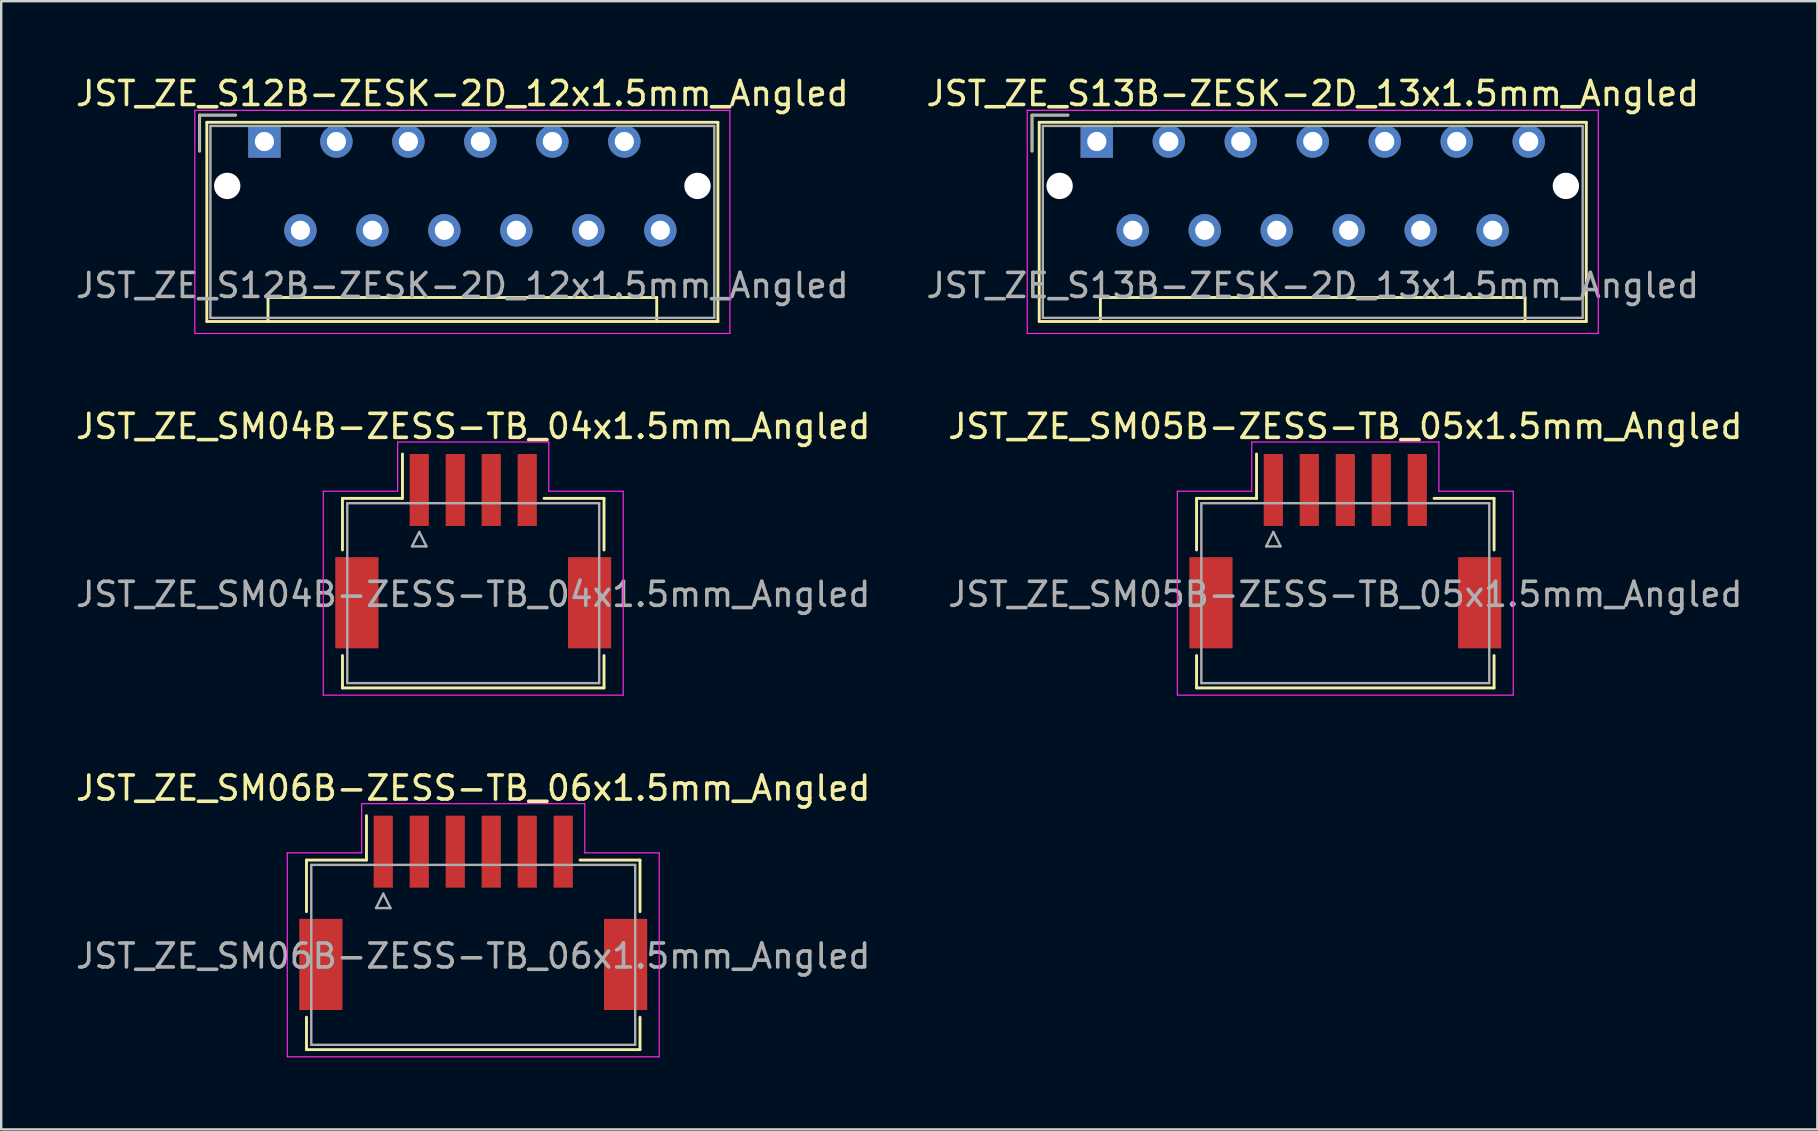
<source format=kicad_pcb>
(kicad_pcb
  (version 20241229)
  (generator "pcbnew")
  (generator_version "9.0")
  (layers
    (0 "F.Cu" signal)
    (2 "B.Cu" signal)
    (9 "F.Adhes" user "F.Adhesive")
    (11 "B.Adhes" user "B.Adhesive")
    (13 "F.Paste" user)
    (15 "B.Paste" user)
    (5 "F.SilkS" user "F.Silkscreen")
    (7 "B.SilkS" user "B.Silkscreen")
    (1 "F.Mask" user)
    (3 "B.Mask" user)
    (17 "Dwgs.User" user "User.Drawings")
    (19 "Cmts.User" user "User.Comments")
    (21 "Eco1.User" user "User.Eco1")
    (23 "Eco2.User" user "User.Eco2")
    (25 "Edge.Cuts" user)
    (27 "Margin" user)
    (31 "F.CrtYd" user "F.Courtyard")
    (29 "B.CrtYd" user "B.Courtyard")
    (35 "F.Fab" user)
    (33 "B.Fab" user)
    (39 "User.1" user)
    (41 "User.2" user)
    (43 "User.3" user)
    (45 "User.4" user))
  (footprint "JST_ZE_SM05B-ZESS-TB_05x1.5mm_Angled"
    (layer "F.Cu")
    (at 53.018 19.721)
    (property "Reference" "JST_ZE_SM05B-ZESS-TB_05x1.5mm_Angled" (at 0 -5 0) (layer "F.SilkS") (effects (font (size 1 1) (thickness 0.15))))
    (attr smd)
    (fp_line (start -6.2 -2) (end -3.7 -2) (stroke (width 0.12) (type solid)) (layer "F.SilkS"))
    (fp_line (start -6.2 0.15) (end -6.2 -2) (stroke (width 0.12) (type solid)) (layer "F.SilkS"))
    (fp_line (start -6.2 4.55) (end -6.2 5.9) (stroke (width 0.12) (type solid)) (layer "F.SilkS"))
    (fp_line (start -6.2 5.9) (end 6.2 5.9) (stroke (width 0.12) (type solid)) (layer "F.SilkS"))
    (fp_line (start -3.7 -2) (end -3.7 -3.85) (stroke (width 0.12) (type solid)) (layer "F.SilkS"))
    (fp_line (start 6.2 -2) (end 3.7 -2) (stroke (width 0.12) (type solid)) (layer "F.SilkS"))
    (fp_line (start 6.2 0.15) (end 6.2 -2) (stroke (width 0.12) (type solid)) (layer "F.SilkS"))
    (fp_line (start 6.2 5.9) (end 6.2 4.55) (stroke (width 0.12) (type solid)) (layer "F.SilkS"))
    (fp_line (start -7 -2.3) (end -7 6.2) (stroke (width 0.05) (type solid)) (layer "F.CrtYd"))
    (fp_line (start -7 6.2) (end 7 6.2) (stroke (width 0.05) (type solid)) (layer "F.CrtYd"))
    (fp_line (start -3.9 -4.35) (end -3.9 -2.3) (stroke (width 0.05) (type solid)) (layer "F.CrtYd"))
    (fp_line (start -3.9 -2.3) (end -7 -2.3) (stroke (width 0.05) (type solid)) (layer "F.CrtYd"))
    (fp_line (start 3.9 -4.35) (end -3.9 -4.35) (stroke (width 0.05) (type solid)) (layer "F.CrtYd"))
    (fp_line (start 3.9 -2.3) (end 3.9 -4.35) (stroke (width 0.05) (type solid)) (layer "F.CrtYd"))
    (fp_line (start 7 -2.3) (end 3.9 -2.3) (stroke (width 0.05) (type solid)) (layer "F.CrtYd"))
    (fp_line (start 7 6.2) (end 7 -2.3) (stroke (width 0.05) (type solid)) (layer "F.CrtYd"))
    (fp_line (start -6 -1.8) (end -6 5.7) (stroke (width 0.1) (type solid)) (layer "F.Fab"))
    (fp_line (start -6 5.7) (end 6 5.7) (stroke (width 0.1) (type solid)) (layer "F.Fab"))
    (fp_line (start -3.3 0) (end -2.7 0) (stroke (width 0.1) (type solid)) (layer "F.Fab"))
    (fp_line (start -3 -0.6) (end -3.3 0) (stroke (width 0.1) (type solid)) (layer "F.Fab"))
    (fp_line (start -2.7 0) (end -3 -0.6) (stroke (width 0.1) (type solid)) (layer "F.Fab"))
    (fp_line (start 6 -1.8) (end -6 -1.8) (stroke (width 0.1) (type solid)) (layer "F.Fab"))
    (fp_line (start 6 5.7) (end 6 -1.8) (stroke (width 0.1) (type solid)) (layer "F.Fab"))
    (fp_text user "${REFERENCE}" (at 0 2 0) (layer "F.Fab") (effects (font (size 1 1) (thickness 0.15))))
    (pad "" smd rect (at -5.6 2.35) (size 1.8 3.8) (layers "F.Cu" "F.Mask" "F.Paste"))
    (pad "" smd rect (at 5.6 2.35) (size 1.8 3.8) (layers "F.Cu" "F.Mask" "F.Paste"))
    (pad "1" smd rect (at -3 -2.35) (size 0.8 3) (layers "F.Cu" "F.Mask" "F.Paste"))
    (pad "2" smd rect (at -1.5 -2.35) (size 0.8 3) (layers "F.Cu" "F.Mask" "F.Paste"))
    (pad "3" smd rect (at 0 -2.35) (size 0.8 3) (layers "F.Cu" "F.Mask" "F.Paste"))
    (pad "4" smd rect (at 1.5 -2.35) (size 0.8 3) (layers "F.Cu" "F.Mask" "F.Paste"))
    (pad "5" smd rect (at 3 -2.35) (size 0.8 3) (layers "F.Cu" "F.Mask" "F.Paste")))
  (footprint "JST_ZE_S12B-ZESK-2D_12x1.5mm_Angled"
    (layer "F.Cu")
    (at 7.97 2.848)
    (property "Reference" "JST_ZE_S12B-ZESK-2D_12x1.5mm_Angled" (at 8.25 -2 0) (layer "F.SilkS") (effects (font (size 1 1) (thickness 0.15))))
    (attr through_hole)
    (fp_line (start -2.7 -1.1) (end -1.2 -1.1) (stroke (width 0.12) (type solid)) (layer "F.SilkS"))
    (fp_line (start -2.7 0.4) (end -2.7 -1.1) (stroke (width 0.12) (type solid)) (layer "F.SilkS"))
    (fp_line (start -2.4 -0.8) (end -2.4 7.5) (stroke (width 0.12) (type solid)) (layer "F.SilkS"))
    (fp_line (start -2.4 7.5) (end 18.9 7.5) (stroke (width 0.12) (type solid)) (layer "F.SilkS"))
    (fp_line (start 0.15 6.5) (end 16.35 6.5) (stroke (width 0.12) (type solid)) (layer "F.SilkS"))
    (fp_line (start 0.15 7.5) (end 0.15 6.5) (stroke (width 0.12) (type solid)) (layer "F.SilkS"))
    (fp_line (start 16.35 6.5) (end 16.35 7.5) (stroke (width 0.12) (type solid)) (layer "F.SilkS"))
    (fp_line (start 18.9 -0.8) (end -2.4 -0.8) (stroke (width 0.12) (type solid)) (layer "F.SilkS"))
    (fp_line (start 18.9 7.5) (end 18.9 -0.8) (stroke (width 0.12) (type solid)) (layer "F.SilkS"))
    (fp_line (start -2.9 -1.3) (end -2.9 8) (stroke (width 0.05) (type solid)) (layer "F.CrtYd"))
    (fp_line (start -2.9 8) (end 19.4 8) (stroke (width 0.05) (type solid)) (layer "F.CrtYd"))
    (fp_line (start 19.4 -1.3) (end -2.9 -1.3) (stroke (width 0.05) (type solid)) (layer "F.CrtYd"))
    (fp_line (start 19.4 8) (end 19.4 -1.3) (stroke (width 0.05) (type solid)) (layer "F.CrtYd"))
    (fp_line (start -2.7 -1.1) (end -1.2 -1.1) (stroke (width 0.1) (type solid)) (layer "F.Fab"))
    (fp_line (start -2.7 0.4) (end -2.7 -1.1) (stroke (width 0.1) (type solid)) (layer "F.Fab"))
    (fp_line (start -2.25 -0.65) (end -2.25 7.35) (stroke (width 0.1) (type solid)) (layer "F.Fab"))
    (fp_line (start -2.25 7.35) (end 18.75 7.35) (stroke (width 0.1) (type solid)) (layer "F.Fab"))
    (fp_line (start 18.75 -0.65) (end -2.25 -0.65) (stroke (width 0.1) (type solid)) (layer "F.Fab"))
    (fp_line (start 18.75 7.35) (end 18.75 -0.65) (stroke (width 0.1) (type solid)) (layer "F.Fab"))
    (fp_text user "${REFERENCE}" (at 8.25 6 0) (layer "F.Fab") (effects (font (size 1 1) (thickness 0.15))))
    (pad "" np_thru_hole circle (at -1.55 1.85) (size 1.1 1.1) (drill 1.1) (layers "*.Cu"))
    (pad "" np_thru_hole circle (at 18.05 1.85) (size 1.1 1.1) (drill 1.1) (layers "*.Cu"))
    (pad "1" thru_hole rect (at 0 0) (size 1.35 1.35) (drill 0.8) (layers "*.Cu" "*.Mask"))
    (pad "2" thru_hole circle (at 1.5 3.7) (size 1.35 1.35) (drill 0.8) (layers "*.Cu" "*.Mask"))
    (pad "3" thru_hole circle (at 3 0) (size 1.35 1.35) (drill 0.8) (layers "*.Cu" "*.Mask"))
    (pad "4" thru_hole circle (at 4.5 3.7) (size 1.35 1.35) (drill 0.8) (layers "*.Cu" "*.Mask"))
    (pad "5" thru_hole circle (at 6 0) (size 1.35 1.35) (drill 0.8) (layers "*.Cu" "*.Mask"))
    (pad "6" thru_hole circle (at 7.5 3.7) (size 1.35 1.35) (drill 0.8) (layers "*.Cu" "*.Mask"))
    (pad "7" thru_hole circle (at 9 0) (size 1.35 1.35) (drill 0.8) (layers "*.Cu" "*.Mask"))
    (pad "8" thru_hole circle (at 10.5 3.7) (size 1.35 1.35) (drill 0.8) (layers "*.Cu" "*.Mask"))
    (pad "9" thru_hole circle (at 12 0) (size 1.35 1.35) (drill 0.8) (layers "*.Cu" "*.Mask"))
    (pad "10" thru_hole circle (at 13.5 3.7) (size 1.35 1.35) (drill 0.8) (layers "*.Cu" "*.Mask"))
    (pad "11" thru_hole circle (at 15 0) (size 1.35 1.35) (drill 0.8) (layers "*.Cu" "*.Mask"))
    (pad "12" thru_hole circle (at 16.5 3.7) (size 1.35 1.35) (drill 0.8) (layers "*.Cu" "*.Mask")))
  (footprint "JST_ZE_S13B-ZESK-2D_13x1.5mm_Angled"
    (layer "F.Cu")
    (at 42.661 2.848)
    (property "Reference" "JST_ZE_S13B-ZESK-2D_13x1.5mm_Angled" (at 9 -2 0) (layer "F.SilkS") (effects (font (size 1 1) (thickness 0.15))))
    (attr through_hole)
    (fp_line (start -2.7 -1.1) (end -1.2 -1.1) (stroke (width 0.12) (type solid)) (layer "F.SilkS"))
    (fp_line (start -2.7 0.4) (end -2.7 -1.1) (stroke (width 0.12) (type solid)) (layer "F.SilkS"))
    (fp_line (start -2.4 -0.8) (end -2.4 7.5) (stroke (width 0.12) (type solid)) (layer "F.SilkS"))
    (fp_line (start -2.4 7.5) (end 20.4 7.5) (stroke (width 0.12) (type solid)) (layer "F.SilkS"))
    (fp_line (start 0.15 6.5) (end 17.85 6.5) (stroke (width 0.12) (type solid)) (layer "F.SilkS"))
    (fp_line (start 0.15 7.5) (end 0.15 6.5) (stroke (width 0.12) (type solid)) (layer "F.SilkS"))
    (fp_line (start 17.85 6.5) (end 17.85 7.5) (stroke (width 0.12) (type solid)) (layer "F.SilkS"))
    (fp_line (start 20.4 -0.8) (end -2.4 -0.8) (stroke (width 0.12) (type solid)) (layer "F.SilkS"))
    (fp_line (start 20.4 7.5) (end 20.4 -0.8) (stroke (width 0.12) (type solid)) (layer "F.SilkS"))
    (fp_line (start -2.9 -1.3) (end -2.9 8) (stroke (width 0.05) (type solid)) (layer "F.CrtYd"))
    (fp_line (start -2.9 8) (end 20.9 8) (stroke (width 0.05) (type solid)) (layer "F.CrtYd"))
    (fp_line (start 20.9 -1.3) (end -2.9 -1.3) (stroke (width 0.05) (type solid)) (layer "F.CrtYd"))
    (fp_line (start 20.9 8) (end 20.9 -1.3) (stroke (width 0.05) (type solid)) (layer "F.CrtYd"))
    (fp_line (start -2.7 -1.1) (end -1.2 -1.1) (stroke (width 0.1) (type solid)) (layer "F.Fab"))
    (fp_line (start -2.7 0.4) (end -2.7 -1.1) (stroke (width 0.1) (type solid)) (layer "F.Fab"))
    (fp_line (start -2.25 -0.65) (end -2.25 7.35) (stroke (width 0.1) (type solid)) (layer "F.Fab"))
    (fp_line (start -2.25 7.35) (end 20.25 7.35) (stroke (width 0.1) (type solid)) (layer "F.Fab"))
    (fp_line (start 20.25 -0.65) (end -2.25 -0.65) (stroke (width 0.1) (type solid)) (layer "F.Fab"))
    (fp_line (start 20.25 7.35) (end 20.25 -0.65) (stroke (width 0.1) (type solid)) (layer "F.Fab"))
    (fp_text user "${REFERENCE}" (at 9 6 0) (layer "F.Fab") (effects (font (size 1 1) (thickness 0.15))))
    (pad "" np_thru_hole circle (at -1.55 1.85) (size 1.1 1.1) (drill 1.1) (layers "*.Cu"))
    (pad "" np_thru_hole circle (at 19.55 1.85) (size 1.1 1.1) (drill 1.1) (layers "*.Cu"))
    (pad "1" thru_hole rect (at 0 0) (size 1.35 1.35) (drill 0.8) (layers "*.Cu" "*.Mask"))
    (pad "2" thru_hole circle (at 1.5 3.7) (size 1.35 1.35) (drill 0.8) (layers "*.Cu" "*.Mask"))
    (pad "3" thru_hole circle (at 3 0) (size 1.35 1.35) (drill 0.8) (layers "*.Cu" "*.Mask"))
    (pad "4" thru_hole circle (at 4.5 3.7) (size 1.35 1.35) (drill 0.8) (layers "*.Cu" "*.Mask"))
    (pad "5" thru_hole circle (at 6 0) (size 1.35 1.35) (drill 0.8) (layers "*.Cu" "*.Mask"))
    (pad "6" thru_hole circle (at 7.5 3.7) (size 1.35 1.35) (drill 0.8) (layers "*.Cu" "*.Mask"))
    (pad "7" thru_hole circle (at 9 0) (size 1.35 1.35) (drill 0.8) (layers "*.Cu" "*.Mask"))
    (pad "8" thru_hole circle (at 10.5 3.7) (size 1.35 1.35) (drill 0.8) (layers "*.Cu" "*.Mask"))
    (pad "9" thru_hole circle (at 12 0) (size 1.35 1.35) (drill 0.8) (layers "*.Cu" "*.Mask"))
    (pad "10" thru_hole circle (at 13.5 3.7) (size 1.35 1.35) (drill 0.8) (layers "*.Cu" "*.Mask"))
    (pad "11" thru_hole circle (at 15 0) (size 1.35 1.35) (drill 0.8) (layers "*.Cu" "*.Mask"))
    (pad "12" thru_hole circle (at 16.5 3.7) (size 1.35 1.35) (drill 0.8) (layers "*.Cu" "*.Mask"))
    (pad "13" thru_hole circle (at 18 0) (size 1.35 1.35) (drill 0.8) (layers "*.Cu" "*.Mask")))
  (footprint "JST_ZE_SM04B-ZESS-TB_04x1.5mm_Angled"
    (layer "F.Cu")
    (at 16.673 19.721)
    (property "Reference" "JST_ZE_SM04B-ZESS-TB_04x1.5mm_Angled" (at 0 -5 0) (layer "F.SilkS") (effects (font (size 1 1) (thickness 0.15))))
    (attr smd)
    (fp_line (start -5.45 -2) (end -2.95 -2) (stroke (width 0.12) (type solid)) (layer "F.SilkS"))
    (fp_line (start -5.45 0.15) (end -5.45 -2) (stroke (width 0.12) (type solid)) (layer "F.SilkS"))
    (fp_line (start -5.45 4.55) (end -5.45 5.9) (stroke (width 0.12) (type solid)) (layer "F.SilkS"))
    (fp_line (start -5.45 5.9) (end 5.45 5.9) (stroke (width 0.12) (type solid)) (layer "F.SilkS"))
    (fp_line (start -2.95 -2) (end -2.95 -3.85) (stroke (width 0.12) (type solid)) (layer "F.SilkS"))
    (fp_line (start 5.45 -2) (end 2.95 -2) (stroke (width 0.12) (type solid)) (layer "F.SilkS"))
    (fp_line (start 5.45 0.15) (end 5.45 -2) (stroke (width 0.12) (type solid)) (layer "F.SilkS"))
    (fp_line (start 5.45 5.9) (end 5.45 4.55) (stroke (width 0.12) (type solid)) (layer "F.SilkS"))
    (fp_line (start -6.25 -2.3) (end -6.25 6.2) (stroke (width 0.05) (type solid)) (layer "F.CrtYd"))
    (fp_line (start -6.25 6.2) (end 6.25 6.2) (stroke (width 0.05) (type solid)) (layer "F.CrtYd"))
    (fp_line (start -3.15 -4.35) (end -3.15 -2.3) (stroke (width 0.05) (type solid)) (layer "F.CrtYd"))
    (fp_line (start -3.15 -2.3) (end -6.25 -2.3) (stroke (width 0.05) (type solid)) (layer "F.CrtYd"))
    (fp_line (start 3.15 -4.35) (end -3.15 -4.35) (stroke (width 0.05) (type solid)) (layer "F.CrtYd"))
    (fp_line (start 3.15 -2.3) (end 3.15 -4.35) (stroke (width 0.05) (type solid)) (layer "F.CrtYd"))
    (fp_line (start 6.25 -2.3) (end 3.15 -2.3) (stroke (width 0.05) (type solid)) (layer "F.CrtYd"))
    (fp_line (start 6.25 6.2) (end 6.25 -2.3) (stroke (width 0.05) (type solid)) (layer "F.CrtYd"))
    (fp_line (start -5.25 -1.8) (end -5.25 5.7) (stroke (width 0.1) (type solid)) (layer "F.Fab"))
    (fp_line (start -5.25 5.7) (end 5.25 5.7) (stroke (width 0.1) (type solid)) (layer "F.Fab"))
    (fp_line (start -2.55 0) (end -1.95 0) (stroke (width 0.1) (type solid)) (layer "F.Fab"))
    (fp_line (start -2.25 -0.6) (end -2.55 0) (stroke (width 0.1) (type solid)) (layer "F.Fab"))
    (fp_line (start -1.95 0) (end -2.25 -0.6) (stroke (width 0.1) (type solid)) (layer "F.Fab"))
    (fp_line (start 5.25 -1.8) (end -5.25 -1.8) (stroke (width 0.1) (type solid)) (layer "F.Fab"))
    (fp_line (start 5.25 5.7) (end 5.25 -1.8) (stroke (width 0.1) (type solid)) (layer "F.Fab"))
    (fp_text user "${REFERENCE}" (at 0 2 0) (layer "F.Fab") (effects (font (size 1 1) (thickness 0.15))))
    (pad "" smd rect (at -4.85 2.35) (size 1.8 3.8) (layers "F.Cu" "F.Mask" "F.Paste"))
    (pad "" smd rect (at 4.85 2.35) (size 1.8 3.8) (layers "F.Cu" "F.Mask" "F.Paste"))
    (pad "1" smd rect (at -2.25 -2.35) (size 0.8 3) (layers "F.Cu" "F.Mask" "F.Paste"))
    (pad "2" smd rect (at -0.75 -2.35) (size 0.8 3) (layers "F.Cu" "F.Mask" "F.Paste"))
    (pad "3" smd rect (at 0.75 -2.35) (size 0.8 3) (layers "F.Cu" "F.Mask" "F.Paste"))
    (pad "4" smd rect (at 2.25 -2.35) (size 0.8 3) (layers "F.Cu" "F.Mask" "F.Paste")))
  (footprint "JST_ZE_SM06B-ZESS-TB_06x1.5mm_Angled"
    (layer "F.Cu")
    (at 16.673 34.795)
    (property "Reference" "JST_ZE_SM06B-ZESS-TB_06x1.5mm_Angled" (at 0 -5 0) (layer "F.SilkS") (effects (font (size 1 1) (thickness 0.15))))
    (attr smd)
    (fp_line (start -6.95 -2) (end -4.45 -2) (stroke (width 0.12) (type solid)) (layer "F.SilkS"))
    (fp_line (start -6.95 0.15) (end -6.95 -2) (stroke (width 0.12) (type solid)) (layer "F.SilkS"))
    (fp_line (start -6.95 4.55) (end -6.95 5.9) (stroke (width 0.12) (type solid)) (layer "F.SilkS"))
    (fp_line (start -6.95 5.9) (end 6.95 5.9) (stroke (width 0.12) (type solid)) (layer "F.SilkS"))
    (fp_line (start -4.45 -2) (end -4.45 -3.85) (stroke (width 0.12) (type solid)) (layer "F.SilkS"))
    (fp_line (start 6.95 -2) (end 4.45 -2) (stroke (width 0.12) (type solid)) (layer "F.SilkS"))
    (fp_line (start 6.95 0.15) (end 6.95 -2) (stroke (width 0.12) (type solid)) (layer "F.SilkS"))
    (fp_line (start 6.95 5.9) (end 6.95 4.55) (stroke (width 0.12) (type solid)) (layer "F.SilkS"))
    (fp_line (start -7.75 -2.3) (end -7.75 6.2) (stroke (width 0.05) (type solid)) (layer "F.CrtYd"))
    (fp_line (start -7.75 6.2) (end 7.75 6.2) (stroke (width 0.05) (type solid)) (layer "F.CrtYd"))
    (fp_line (start -4.65 -4.35) (end -4.65 -2.3) (stroke (width 0.05) (type solid)) (layer "F.CrtYd"))
    (fp_line (start -4.65 -2.3) (end -7.75 -2.3) (stroke (width 0.05) (type solid)) (layer "F.CrtYd"))
    (fp_line (start 4.65 -4.35) (end -4.65 -4.35) (stroke (width 0.05) (type solid)) (layer "F.CrtYd"))
    (fp_line (start 4.65 -2.3) (end 4.65 -4.35) (stroke (width 0.05) (type solid)) (layer "F.CrtYd"))
    (fp_line (start 7.75 -2.3) (end 4.65 -2.3) (stroke (width 0.05) (type solid)) (layer "F.CrtYd"))
    (fp_line (start 7.75 6.2) (end 7.75 -2.3) (stroke (width 0.05) (type solid)) (layer "F.CrtYd"))
    (fp_line (start -6.75 -1.8) (end -6.75 5.7) (stroke (width 0.1) (type solid)) (layer "F.Fab"))
    (fp_line (start -6.75 5.7) (end 6.75 5.7) (stroke (width 0.1) (type solid)) (layer "F.Fab"))
    (fp_line (start -4.05 0) (end -3.45 0) (stroke (width 0.1) (type solid)) (layer "F.Fab"))
    (fp_line (start -3.75 -0.6) (end -4.05 0) (stroke (width 0.1) (type solid)) (layer "F.Fab"))
    (fp_line (start -3.45 0) (end -3.75 -0.6) (stroke (width 0.1) (type solid)) (layer "F.Fab"))
    (fp_line (start 6.75 -1.8) (end -6.75 -1.8) (stroke (width 0.1) (type solid)) (layer "F.Fab"))
    (fp_line (start 6.75 5.7) (end 6.75 -1.8) (stroke (width 0.1) (type solid)) (layer "F.Fab"))
    (fp_text user "${REFERENCE}" (at 0 2 0) (layer "F.Fab") (effects (font (size 1 1) (thickness 0.15))))
    (pad "" smd rect (at -6.35 2.35) (size 1.8 3.8) (layers "F.Cu" "F.Mask" "F.Paste"))
    (pad "" smd rect (at 6.35 2.35) (size 1.8 3.8) (layers "F.Cu" "F.Mask" "F.Paste"))
    (pad "1" smd rect (at -3.75 -2.35) (size 0.8 3) (layers "F.Cu" "F.Mask" "F.Paste"))
    (pad "2" smd rect (at -2.25 -2.35) (size 0.8 3) (layers "F.Cu" "F.Mask" "F.Paste"))
    (pad "3" smd rect (at -0.75 -2.35) (size 0.8 3) (layers "F.Cu" "F.Mask" "F.Paste"))
    (pad "4" smd rect (at 0.75 -2.35) (size 0.8 3) (layers "F.Cu" "F.Mask" "F.Paste"))
    (pad "5" smd rect (at 2.25 -2.35) (size 0.8 3) (layers "F.Cu" "F.Mask" "F.Paste"))
    (pad "6" smd rect (at 3.75 -2.35) (size 0.8 3) (layers "F.Cu" "F.Mask" "F.Paste")))
  (gr_rect
    (start -3 -3)
    (end 72.69 44.02)
    (stroke (width 0.1) (type default))
    (fill no)
    (layer "Edge.Cuts")))
</source>
